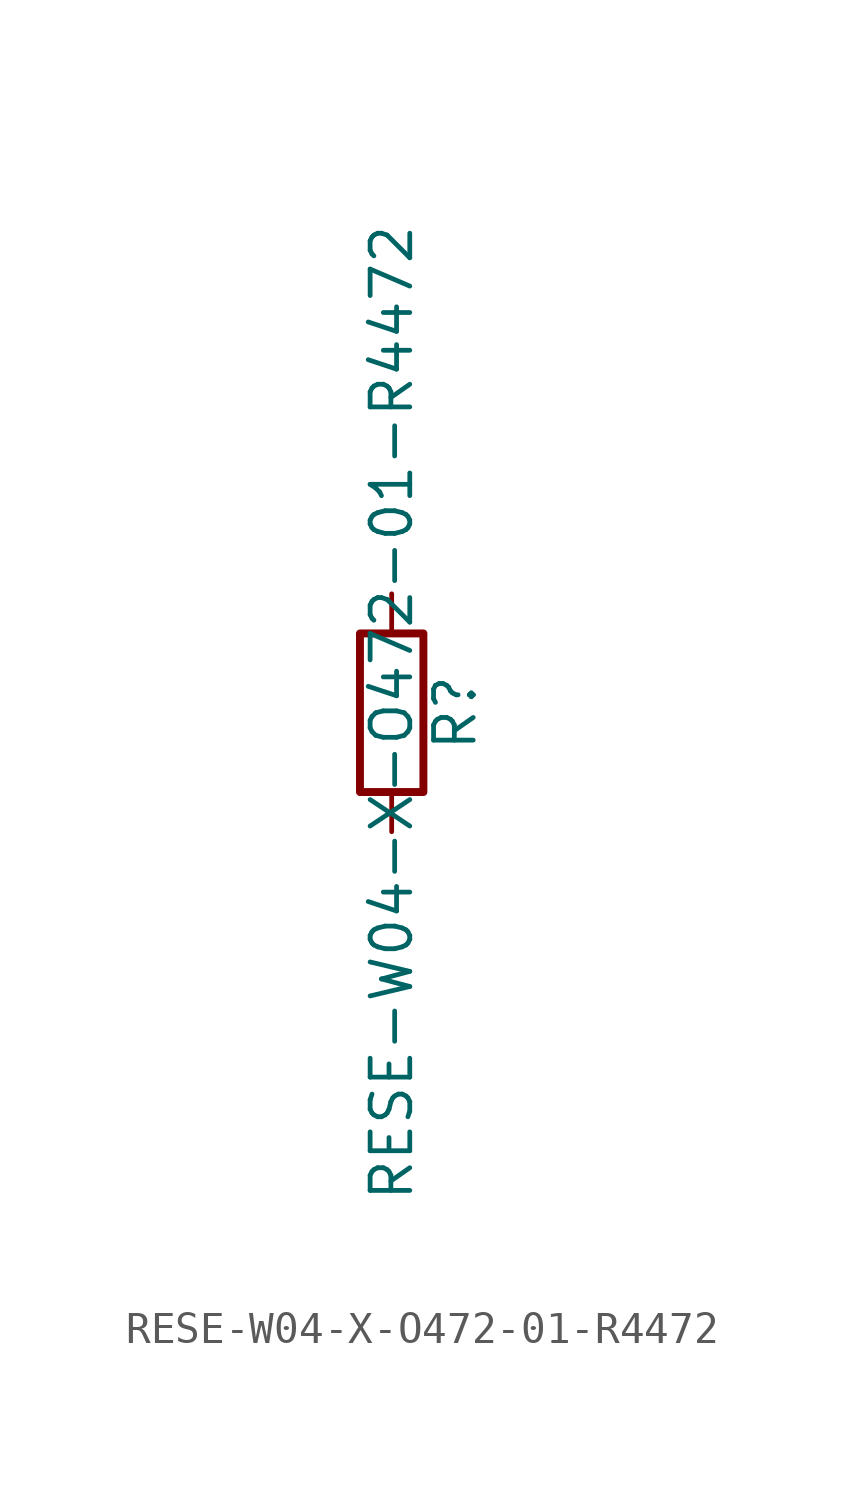
<source format=kicad_sym>
(kicad_symbol_lib
  (version 20211014)
  (generator kicad_symbol_editor)
  (symbol "RESE-W04-X-O472-01-R4472"
    (pin_numbers hide)
    (pin_names
      (offset 0))
    (property "Reference" "R"
      (at 2.032 0 90)
      (effects (font (size 1.27 1.27))))
    (property "Value" "RESE-W04-X-O472-01-R4472"
      (at 0 0 90)
      (effects (font (size 1.27 1.27))))
    (symbol "RESE-W04-X-O472-01-R4472_0_1"
      (rectangle (start -1.016 -2.54) (end 1.016 2.54) (stroke (width 0.254) (type default) (color 0 0 0 0)) (fill (type none))))
    (symbol "RESE-W04-X-O472-01-R4472_1_1"
      (pin passive line (at 0 3.81 270) (length 1.27) (name "~" (effects (font (size 1.27 1.27)))) (number "1" (effects (font (size 1.27 1.27)))))
      (pin passive line (at 0 -3.81 90) (length 1.27) (name "~" (effects (font (size 1.27 1.27)))) (number "2" (effects (font (size 1.27 1.27))))))))
</source>
